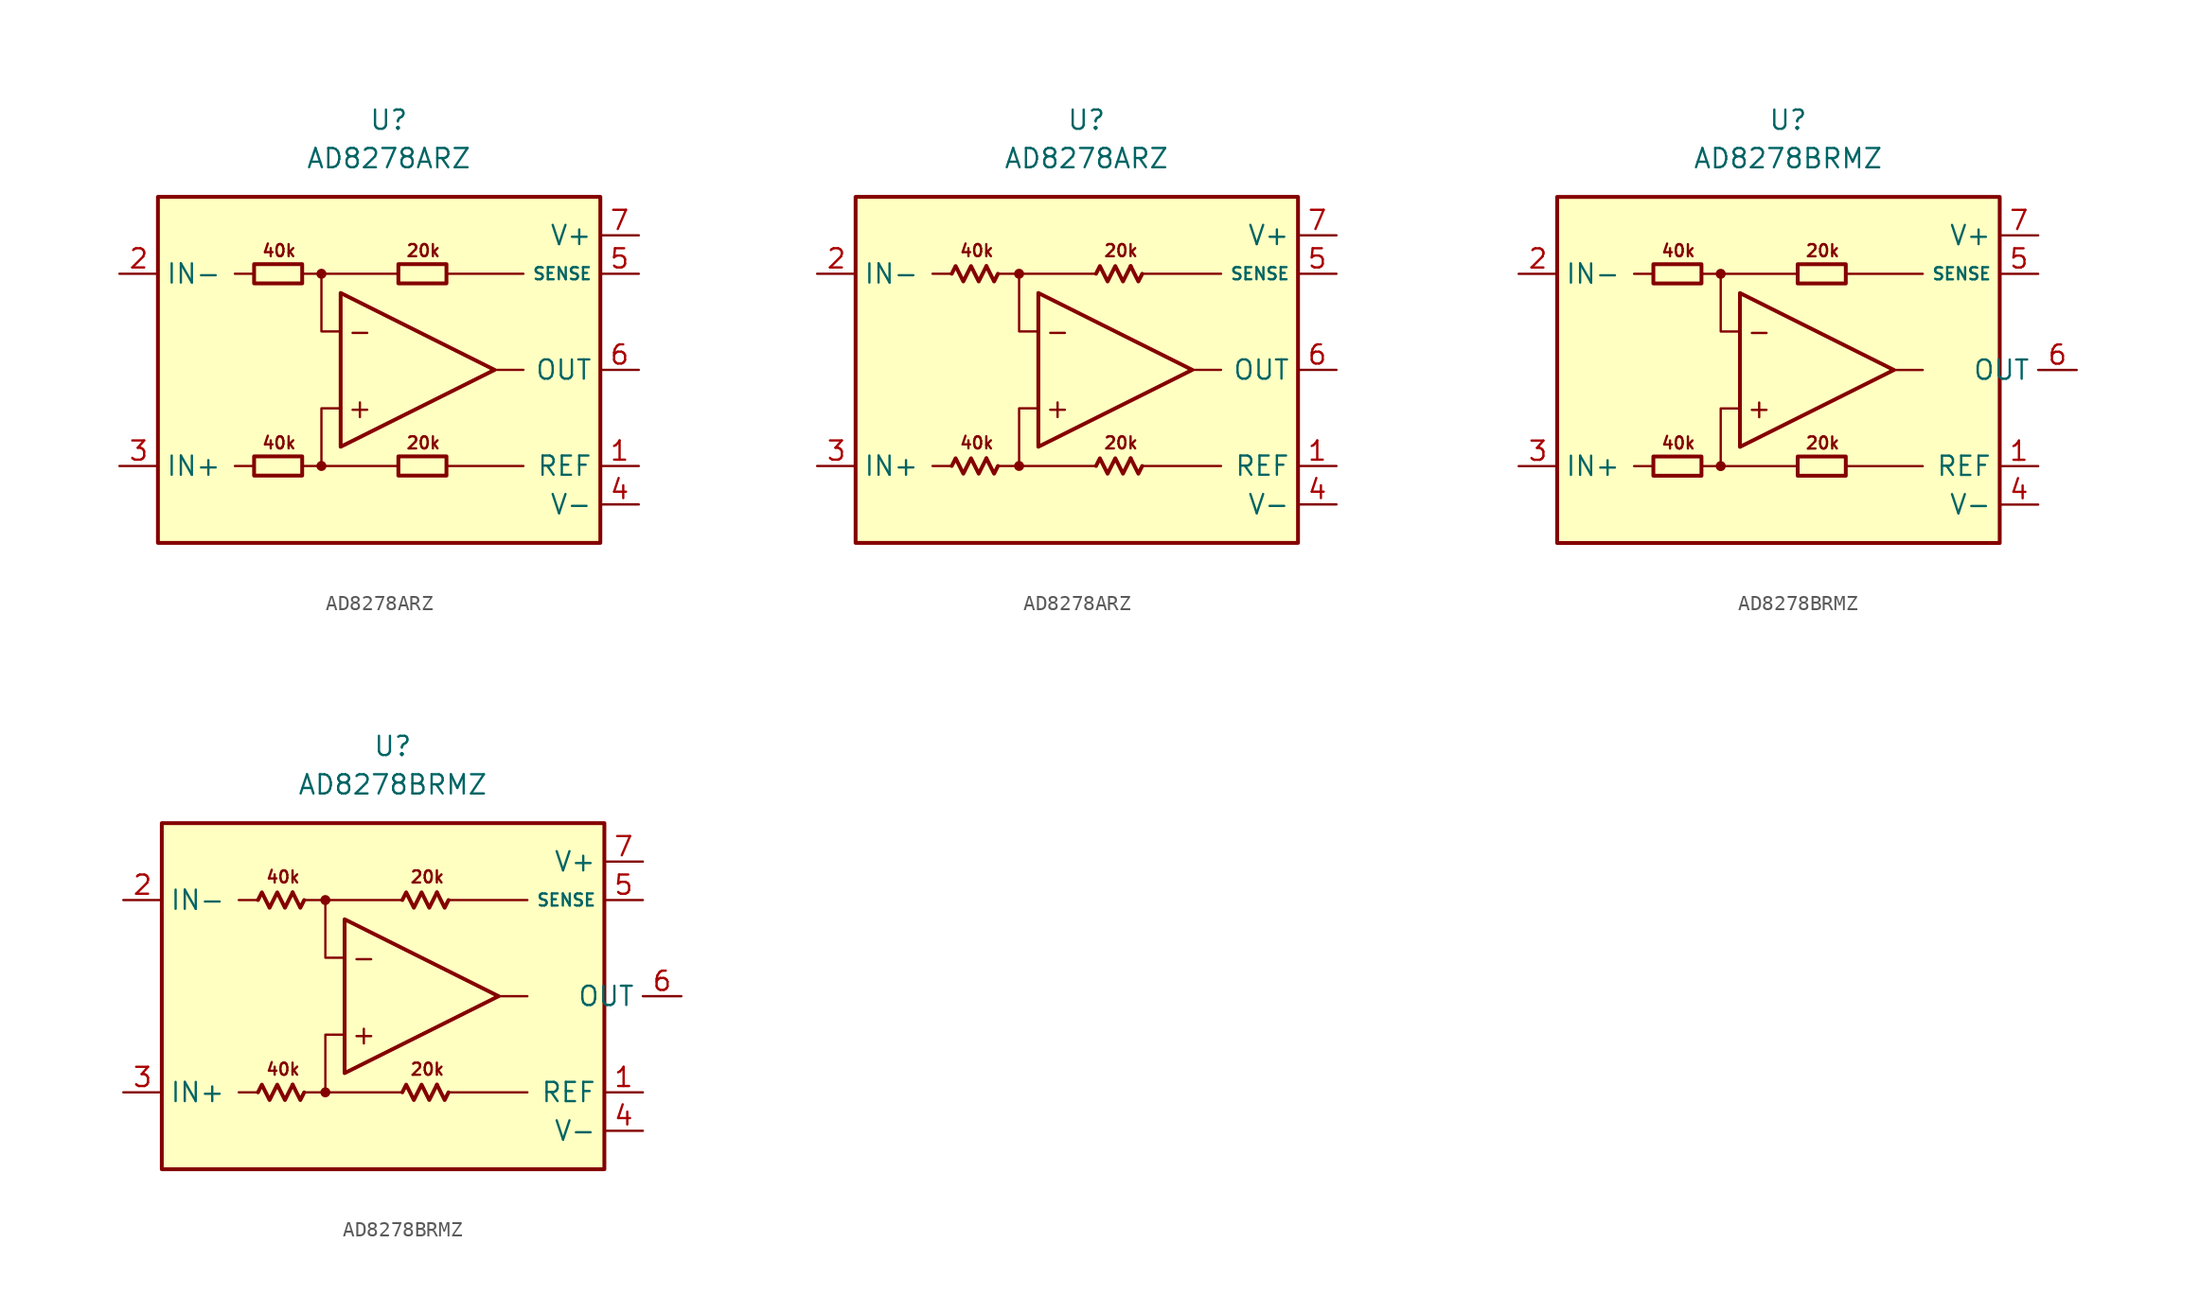
<source format=kicad_sym>
(kicad_symbol_lib
  (version 20231120)
  (generator "kicad_symbol_editor")
  (generator_version "8.0")
  (symbol "AD8278ARZ"
    (property "Reference" "U"
      (at 0 16.51 0)
      (effects (font (size 1.27 1.27))))
    (property "Value" "AD8278ARZ"
      (at 0 13.97 0)
      (effects (font (size 1.27 1.27))))
    (symbol "AD8278ARZ_0_0"
      (rectangle (start -15.24 11.43) (end 13.97 -11.43) (stroke (width 0.254) (type default)) (fill (type background)))
      (circle (center -4.445 -6.35) (radius 0.254) (stroke (width 0.152) (type default)) (fill (type outline)))
      (circle (center -4.445 6.35) (radius 0.254) (stroke (width 0.152) (type default)) (fill (type outline)))
      (polyline (pts (xy -8.89 -6.35) (xy -10.16 -6.35)) (stroke (width 0.152) (type default)) (fill (type none)))
      (polyline (pts (xy -8.89 6.35) (xy -10.16 6.35)) (stroke (width 0.152) (type default)) (fill (type none)))
      (polyline (pts (xy -4.445 6.35) (xy 0.635 6.35)) (stroke (width 0.152) (type default)) (fill (type none)))
      (polyline (pts (xy 0.635 -6.35) (xy -4.445 -6.35)) (stroke (width 0.152) (type default)) (fill (type none)))
      (polyline (pts (xy 3.81 -6.35) (xy 8.89 -6.35)) (stroke (width 0.152) (type default)) (fill (type none)))
      (polyline (pts (xy 3.81 6.35) (xy 8.89 6.35)) (stroke (width 0.152) (type default)) (fill (type none)))
      (polyline (pts (xy 6.985 0) (xy 8.89 0)) (stroke (width 0.152) (type default)) (fill (type none)))
      (polyline (pts (xy -5.715 -6.35) (xy -4.445 -6.35) (xy -4.445 -2.54) (xy -3.175 -2.54)) (stroke (width 0.152) (type default)) (fill (type none)))
      (polyline (pts (xy -3.175 2.54) (xy -4.445 2.54) (xy -4.445 6.35) (xy -5.715 6.35)) (stroke (width 0.152) (type default)) (fill (type none)))
      (polyline (pts (xy -3.175 5.08) (xy -3.175 -5.08) (xy 6.985 0) (xy -3.175 5.08)) (stroke (width 0.254) (type default)) (fill (type none)))
      (text "+" (at -1.905 -2.54 0) (effects (font (size 1.27 1.27))))
      (text "-" (at -1.905 2.54 0) (effects (font (size 1.27 1.27))))
      (text "20k" (at 2.286 -4.826 0) (effects (font (size 0.8 0.8))))
      (text "20k" (at 2.286 7.874 0) (effects (font (size 0.8 0.8))))
      (text "40k" (at -7.239 -4.826 0) (effects (font (size 0.8 0.8))))
      (text "40k" (at -7.239 7.874 0) (effects (font (size 0.8 0.8)))))
    (symbol "AD8278ARZ_0_1"
      (rectangle (start -8.89 -5.715) (end -5.715 -6.985) (stroke (width 0.254) (type default)) (fill (type none)))
      (rectangle (start -8.89 6.985) (end -5.715 5.715) (stroke (width 0.254) (type default)) (fill (type none)))
      (rectangle (start 0.635 -5.715) (end 3.81 -6.985) (stroke (width 0.254) (type default)) (fill (type none)))
      (rectangle (start 0.635 6.985) (end 3.81 5.715) (stroke (width 0.254) (type default)) (fill (type none))))
    (symbol "AD8278ARZ_0_2"
      (polyline (pts (xy -6.604 -5.842) (xy -6.096 -6.858) (xy -5.842 -6.35)) (stroke (width 0.254) (type default)) (fill (type none)))
      (polyline (pts (xy -6.604 6.858) (xy -6.096 5.842) (xy -5.842 6.35)) (stroke (width 0.254) (type default)) (fill (type none)))
      (polyline (pts (xy 2.921 -5.842) (xy 3.429 -6.858) (xy 3.683 -6.35)) (stroke (width 0.254) (type default)) (fill (type none)))
      (polyline (pts (xy 2.921 6.858) (xy 3.429 5.842) (xy 3.683 6.35)) (stroke (width 0.254) (type default)) (fill (type none)))
      (polyline (pts (xy -8.89 -6.35) (xy -8.636 -5.842) (xy -8.128 -6.858) (xy -7.62 -5.842) (xy -7.112 -6.858) (xy -6.604 -5.842)) (stroke (width 0.254) (type default)) (fill (type none)))
      (polyline (pts (xy -8.89 6.35) (xy -8.636 6.858) (xy -8.128 5.842) (xy -7.62 6.858) (xy -7.112 5.842) (xy -6.604 6.858)) (stroke (width 0.254) (type default)) (fill (type none)))
      (polyline (pts (xy 0.635 -6.35) (xy 0.889 -5.842) (xy 1.397 -6.858) (xy 1.905 -5.842) (xy 2.413 -6.858) (xy 2.921 -5.842)) (stroke (width 0.254) (type default)) (fill (type none)))
      (polyline (pts (xy 0.635 6.35) (xy 0.889 6.858) (xy 1.397 5.842) (xy 1.905 6.858) (xy 2.413 5.842) (xy 2.921 6.858)) (stroke (width 0.254) (type default)) (fill (type none))))
    (symbol "AD8278ARZ_1_1"
      (pin input line (at 16.51 -6.35 180) (length 2.54) (name "REF" (effects (font (size 1.27 1.27)))) (number "1" (effects (font (size 1.27 1.27)))))
      (pin input line (at -17.78 6.35 0) (length 2.54) (name "IN-" (effects (font (size 1.27 1.27)))) (number "2" (effects (font (size 1.27 1.27)))))
      (pin input line (at -17.78 -6.35 0) (length 2.54) (name "IN+" (effects (font (size 1.27 1.27)))) (number "3" (effects (font (size 1.27 1.27)))))
      (pin power_in line (at 16.51 -8.89 180) (length 2.54) (name "V-" (effects (font (size 1.27 1.27)))) (number "4" (effects (font (size 1.27 1.27)))))
      (pin input line (at 16.51 6.35 180) (length 2.54) (name "SENSE" (effects (font (size 0.8 0.8)))) (number "5" (effects (font (size 1.27 1.27)))))
      (pin output line (at 16.51 0 180) (length 2.54) (name "OUT" (effects (font (size 1.27 1.27)))) (number "6" (effects (font (size 1.27 1.27)))))
      (pin power_in line (at 16.51 8.89 180) (length 2.54) (name "V+" (effects (font (size 1.27 1.27)))) (number "7" (effects (font (size 1.27 1.27)))))
      (pin free line (at -10.16 0 0) (length 2.54) hide (name "NC" (effects (font (size 1.27 1.27)))) (number "8" (effects (font (size 1.27 1.27))))))
    (symbol "AD8278ARZ_1_2"
      (pin input line (at 16.51 -6.35 180) (length 2.54) (name "REF" (effects (font (size 1.27 1.27)))) (number "1" (effects (font (size 1.27 1.27)))))
      (pin input line (at -17.78 6.35 0) (length 2.54) (name "IN-" (effects (font (size 1.27 1.27)))) (number "2" (effects (font (size 1.27 1.27)))))
      (pin input line (at -17.78 -6.35 0) (length 2.54) (name "IN+" (effects (font (size 1.27 1.27)))) (number "3" (effects (font (size 1.27 1.27)))))
      (pin power_in line (at 16.51 -8.89 180) (length 2.54) (name "V-" (effects (font (size 1.27 1.27)))) (number "4" (effects (font (size 1.27 1.27)))))
      (pin input line (at 16.51 6.35 180) (length 2.54) (name "SENSE" (effects (font (size 0.8 0.8)))) (number "5" (effects (font (size 1.27 1.27)))))
      (pin output line (at 16.51 0 180) (length 2.54) (name "OUT" (effects (font (size 1.27 1.27)))) (number "6" (effects (font (size 1.27 1.27)))))
      (pin power_in line (at 16.51 8.89 180) (length 2.54) (name "V+" (effects (font (size 1.27 1.27)))) (number "7" (effects (font (size 1.27 1.27)))))
      (pin free line (at -10.16 0 0) (length 2.54) hide (name "NC" (effects (font (size 1.27 1.27)))) (number "8" (effects (font (size 1.27 1.27)))))))
  (symbol "AD8278BRMZ"
    (property "Reference" "U"
      (at 0 16.51 0)
      (effects (font (size 1.27 1.27))))
    (property "Value" "AD8278BRMZ"
      (at 0 13.97 0)
      (effects (font (size 1.27 1.27))))
    (symbol "AD8278BRMZ_0_0"
      (rectangle (start -15.24 11.43) (end 13.97 -11.43) (stroke (width 0.254) (type default)) (fill (type background)))
      (circle (center -4.445 -6.35) (radius 0.254) (stroke (width 0.152) (type default)) (fill (type outline)))
      (circle (center -4.445 6.35) (radius 0.254) (stroke (width 0.152) (type default)) (fill (type outline)))
      (polyline (pts (xy -8.89 -6.35) (xy -10.16 -6.35)) (stroke (width 0.152) (type default)) (fill (type none)))
      (polyline (pts (xy -8.89 6.35) (xy -10.16 6.35)) (stroke (width 0.152) (type default)) (fill (type none)))
      (polyline (pts (xy -4.445 6.35) (xy 0.635 6.35)) (stroke (width 0.152) (type default)) (fill (type none)))
      (polyline (pts (xy 0.635 -6.35) (xy -4.445 -6.35)) (stroke (width 0.152) (type default)) (fill (type none)))
      (polyline (pts (xy 3.81 -6.35) (xy 8.89 -6.35)) (stroke (width 0.152) (type default)) (fill (type none)))
      (polyline (pts (xy 3.81 6.35) (xy 8.89 6.35)) (stroke (width 0.152) (type default)) (fill (type none)))
      (polyline (pts (xy 6.985 0) (xy 8.89 0)) (stroke (width 0.152) (type default)) (fill (type none)))
      (polyline (pts (xy -5.715 -6.35) (xy -4.445 -6.35) (xy -4.445 -2.54) (xy -3.175 -2.54)) (stroke (width 0.152) (type default)) (fill (type none)))
      (polyline (pts (xy -3.175 2.54) (xy -4.445 2.54) (xy -4.445 6.35) (xy -5.715 6.35)) (stroke (width 0.152) (type default)) (fill (type none)))
      (polyline (pts (xy -3.175 5.08) (xy -3.175 -5.08) (xy 6.985 0) (xy -3.175 5.08)) (stroke (width 0.254) (type default)) (fill (type none)))
      (text "+" (at -1.905 -2.54 0) (effects (font (size 1.27 1.27))))
      (text "-" (at -1.905 2.54 0) (effects (font (size 1.27 1.27))))
      (text "20k" (at 2.286 -4.826 0) (effects (font (size 0.8 0.8))))
      (text "20k" (at 2.286 7.874 0) (effects (font (size 0.8 0.8))))
      (text "40k" (at -7.239 -4.826 0) (effects (font (size 0.8 0.8))))
      (text "40k" (at -7.239 7.874 0) (effects (font (size 0.8 0.8)))))
    (symbol "AD8278BRMZ_0_1"
      (rectangle (start -8.89 -5.715) (end -5.715 -6.985) (stroke (width 0.254) (type default)) (fill (type none)))
      (rectangle (start -8.89 6.985) (end -5.715 5.715) (stroke (width 0.254) (type default)) (fill (type none)))
      (rectangle (start 0.635 -5.715) (end 3.81 -6.985) (stroke (width 0.254) (type default)) (fill (type none)))
      (rectangle (start 0.635 6.985) (end 3.81 5.715) (stroke (width 0.254) (type default)) (fill (type none))))
    (symbol "AD8278BRMZ_0_2"
      (polyline (pts (xy -6.604 -5.842) (xy -6.096 -6.858) (xy -5.842 -6.35)) (stroke (width 0.254) (type default)) (fill (type none)))
      (polyline (pts (xy -6.604 6.858) (xy -6.096 5.842) (xy -5.842 6.35)) (stroke (width 0.254) (type default)) (fill (type none)))
      (polyline (pts (xy 2.921 -5.842) (xy 3.429 -6.858) (xy 3.683 -6.35)) (stroke (width 0.254) (type default)) (fill (type none)))
      (polyline (pts (xy 2.921 6.858) (xy 3.429 5.842) (xy 3.683 6.35)) (stroke (width 0.254) (type default)) (fill (type none)))
      (polyline (pts (xy -8.89 -6.35) (xy -8.636 -5.842) (xy -8.128 -6.858) (xy -7.62 -5.842) (xy -7.112 -6.858) (xy -6.604 -5.842)) (stroke (width 0.254) (type default)) (fill (type none)))
      (polyline (pts (xy -8.89 6.35) (xy -8.636 6.858) (xy -8.128 5.842) (xy -7.62 6.858) (xy -7.112 5.842) (xy -6.604 6.858)) (stroke (width 0.254) (type default)) (fill (type none)))
      (polyline (pts (xy 0.635 -6.35) (xy 0.889 -5.842) (xy 1.397 -6.858) (xy 1.905 -5.842) (xy 2.413 -6.858) (xy 2.921 -5.842)) (stroke (width 0.254) (type default)) (fill (type none)))
      (polyline (pts (xy 0.635 6.35) (xy 0.889 6.858) (xy 1.397 5.842) (xy 1.905 6.858) (xy 2.413 5.842) (xy 2.921 6.858)) (stroke (width 0.254) (type default)) (fill (type none))))
    (symbol "AD8278BRMZ_1_1"
      (pin input line (at 16.51 -6.35 180) (length 2.54) (name "REF" (effects (font (size 1.27 1.27)))) (number "1" (effects (font (size 1.27 1.27)))))
      (pin input line (at -17.78 6.35 0) (length 2.54) (name "IN-" (effects (font (size 1.27 1.27)))) (number "2" (effects (font (size 1.27 1.27)))))
      (pin input line (at -17.78 -6.35 0) (length 2.54) (name "IN+" (effects (font (size 1.27 1.27)))) (number "3" (effects (font (size 1.27 1.27)))))
      (pin power_in line (at 16.51 -8.89 180) (length 2.54) (name "V-" (effects (font (size 1.27 1.27)))) (number "4" (effects (font (size 1.27 1.27)))))
      (pin input line (at 16.51 6.35 180) (length 2.54) (name "SENSE" (effects (font (size 0.8 0.8)))) (number "5" (effects (font (size 1.27 1.27)))))
      (pin output line (at 19.05 0 180) (length 2.54) (name "OUT" (effects (font (size 1.27 1.27)))) (number "6" (effects (font (size 1.27 1.27)))))
      (pin power_in line (at 16.51 8.89 180) (length 2.54) (name "V+" (effects (font (size 1.27 1.27)))) (number "7" (effects (font (size 1.27 1.27)))))
      (pin free line (at -11.43 0 0) (length 2.54) hide (name "NC" (effects (font (size 1.27 1.27)))) (number "8" (effects (font (size 1.27 1.27))))))
    (symbol "AD8278BRMZ_1_2"
      (pin input line (at 16.51 -6.35 180) (length 2.54) (name "REF" (effects (font (size 1.27 1.27)))) (number "1" (effects (font (size 1.27 1.27)))))
      (pin input line (at -17.78 6.35 0) (length 2.54) (name "IN-" (effects (font (size 1.27 1.27)))) (number "2" (effects (font (size 1.27 1.27)))))
      (pin input line (at -17.78 -6.35 0) (length 2.54) (name "IN+" (effects (font (size 1.27 1.27)))) (number "3" (effects (font (size 1.27 1.27)))))
      (pin power_in line (at 16.51 -8.89 180) (length 2.54) (name "V-" (effects (font (size 1.27 1.27)))) (number "4" (effects (font (size 1.27 1.27)))))
      (pin input line (at 16.51 6.35 180) (length 2.54) (name "SENSE" (effects (font (size 0.8 0.8)))) (number "5" (effects (font (size 1.27 1.27)))))
      (pin output line (at 19.05 0 180) (length 2.54) (name "OUT" (effects (font (size 1.27 1.27)))) (number "6" (effects (font (size 1.27 1.27)))))
      (pin power_in line (at 16.51 8.89 180) (length 2.54) (name "V+" (effects (font (size 1.27 1.27)))) (number "7" (effects (font (size 1.27 1.27)))))
      (pin free line (at -11.43 0 0) (length 2.54) hide (name "NC" (effects (font (size 1.27 1.27)))) (number "8" (effects (font (size 1.27 1.27))))))))
</source>
